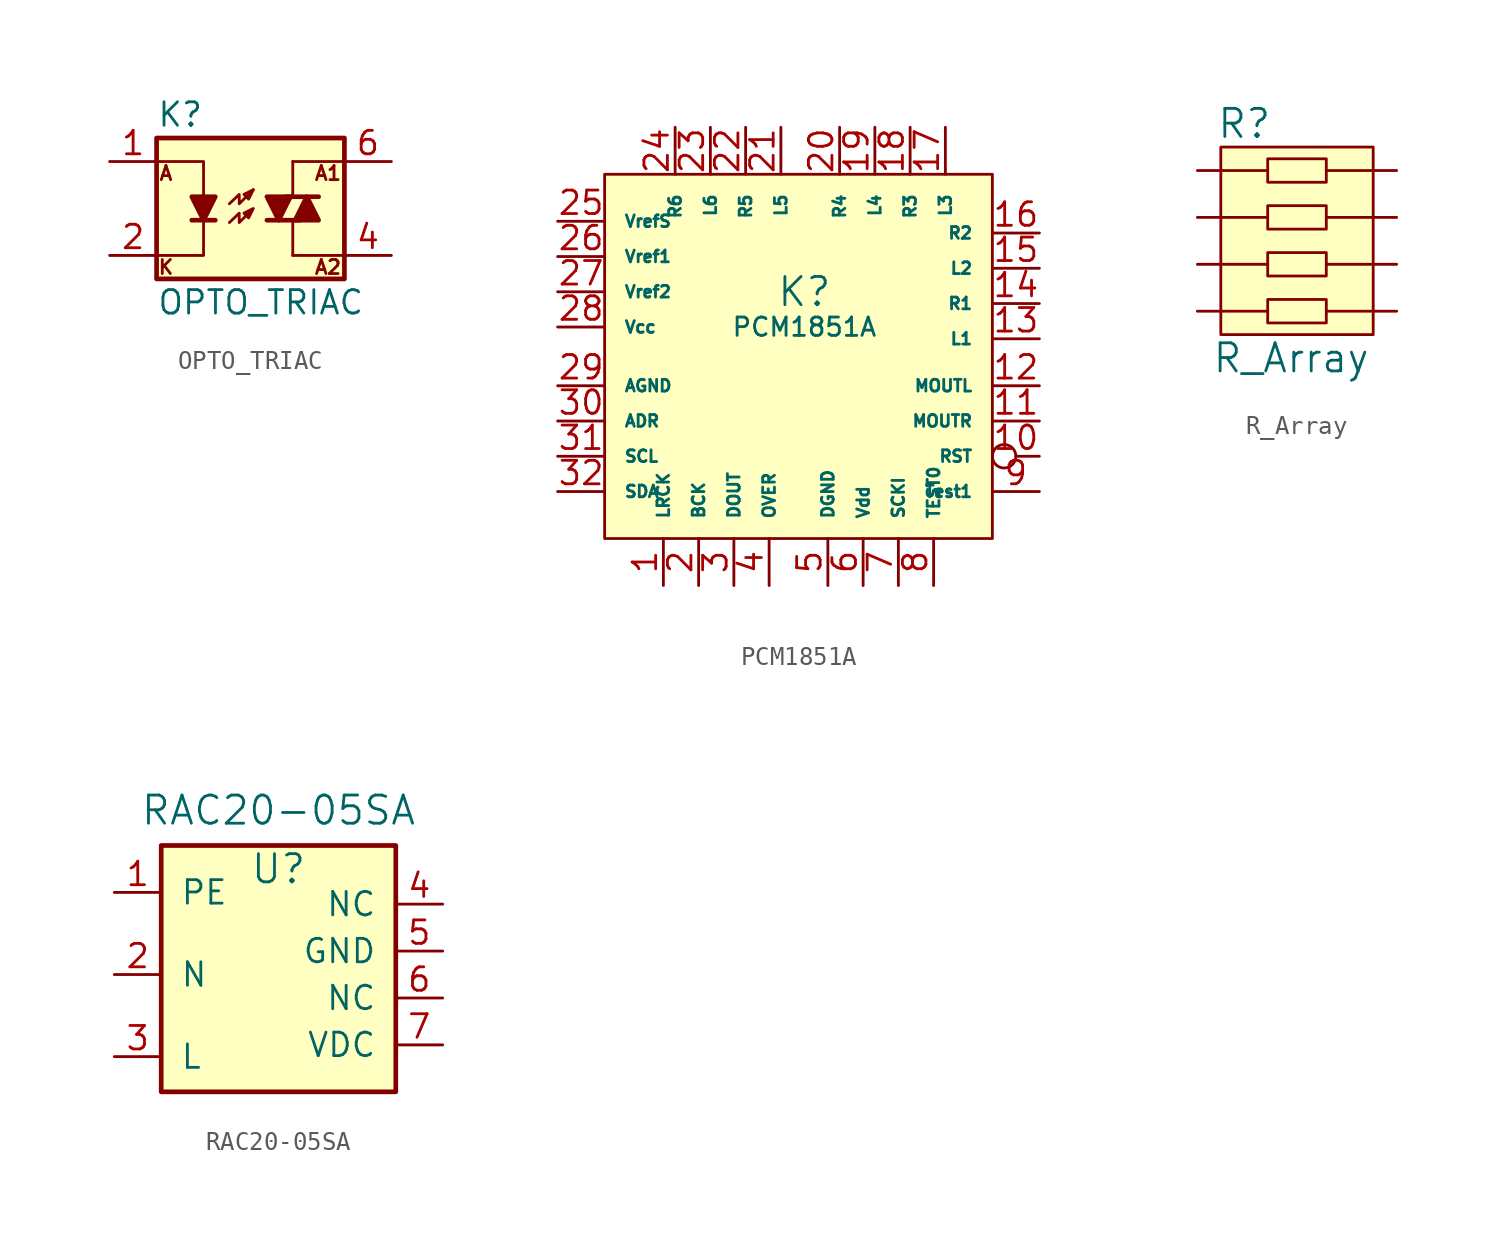
<source format=kicad_sym>
(kicad_symbol_lib
  (version 20211014)
  (generator kicad_symbol_editor)
  (symbol "OPTO_TRIAC"
    (pin_names
      (offset 1.016))
    (property "Reference" "K"
      (at -5.08 5.08 0)
      (effects (font (size 1.27 1.27)) (justify left)))
    (property "Value" "OPTO_TRIAC"
      (at -5.08 -5.08 0)
      (effects (font (size 1.27 1.27)) (justify left)))
    (property "Footprint" ""
      (at 0 0 0)
      (effects (font (size 1.27 1.27) italic) (justify left)))
    (property "Datasheet" ""
      (at -0.635 0 0)
      (effects (font (size 1.27 1.27)) (justify left)))
    (symbol "OPTO_TRIAC_0_0"
      (text "A" (at -4.572 1.905 0) (effects (font (size 0.762 0.762))))
      (text "A1" (at 4.191 1.905 0) (effects (font (size 0.762 0.762))))
      (text "A2" (at 4.191 -3.175 0) (effects (font (size 0.762 0.762))))
      (text "K" (at -4.572 -3.175 0) (effects (font (size 0.762 0.762)))))
    (symbol "OPTO_TRIAC_0_1"
      (rectangle (start -5.08 3.81) (end 5.08 -3.81) (stroke (width 0.254) (type default) (color 0 0 0 0)) (fill (type background)))
      (polyline (pts (xy -3.175 -0.635) (xy -1.905 -0.635)) (stroke (width 0.254) (type default) (color 0 0 0 0)) (fill (type none)))
      (polyline (pts (xy 1.905 0.635) (xy 3.683 0.635)) (stroke (width 0.254) (type default) (color 0 0 0 0)) (fill (type none)))
      (polyline (pts (xy 2.286 -2.54) (xy 2.286 -0.635)) (stroke (width 0) (type default) (color 0 0 0 0)) (fill (type none)))
      (polyline (pts (xy 2.286 -2.54) (xy 5.08 -2.54)) (stroke (width 0) (type default) (color 0 0 0 0)) (fill (type none)))
      (polyline (pts (xy 2.286 2.54) (xy 2.286 0.635)) (stroke (width 0) (type default) (color 0 0 0 0)) (fill (type none)))
      (polyline (pts (xy 2.286 2.54) (xy 5.08 2.54)) (stroke (width 0) (type default) (color 0 0 0 0)) (fill (type none)))
      (polyline (pts (xy 2.667 -0.635) (xy 0.889 -0.635)) (stroke (width 0.254) (type default) (color 0 0 0 0)) (fill (type none)))
      (polyline (pts (xy -5.08 2.54) (xy -2.54 2.54) (xy -2.54 0.635)) (stroke (width 0) (type default) (color 0 0 0 0)) (fill (type none)))
      (polyline (pts (xy -2.54 -0.635) (xy -2.54 -2.54) (xy -5.08 -2.54)) (stroke (width 0) (type default) (color 0 0 0 0)) (fill (type none)))
      (polyline (pts (xy -2.54 -0.635) (xy -3.175 0.635) (xy -1.905 0.635) (xy -2.54 -0.635)) (stroke (width 0.254) (type default) (color 0 0 0 0)) (fill (type outline)))
      (polyline (pts (xy -1.143 0.254) (xy -0.61 0.762) (xy -0.61 0.254) (xy 0.152 1.016)) (stroke (width 0) (type default) (color 0 0 0 0)) (fill (type none)))
      (polyline (pts (xy 0.152 1.016) (xy -0.356 0.762) (xy -0.102 0.508) (xy 0.152 1.016)) (stroke (width 0) (type default) (color 0 0 0 0)) (fill (type none)))
      (polyline (pts (xy 1.524 -0.635) (xy 2.159 0.635) (xy 0.889 0.635) (xy 1.524 -0.635)) (stroke (width 0.254) (type default) (color 0 0 0 0)) (fill (type outline)))
      (polyline (pts (xy 3.048 0.635) (xy 2.413 -0.635) (xy 3.683 -0.635) (xy 3.048 0.635)) (stroke (width 0.254) (type default) (color 0 0 0 0)) (fill (type outline)))
      (polyline (pts (xy -1.143 -0.762) (xy -0.61 -0.254) (xy -0.61 -0.762) (xy 0.152 0) (xy -0.356 -0.254) (xy -0.102 -0.508) (xy 0.152 0)) (stroke (width 0) (type default) (color 0 0 0 0)) (fill (type none))))
    (symbol "OPTO_TRIAC_1_1"
      (pin passive line (at -7.62 2.54 0) (length 2.54) (name "~" (effects (font (size 1.27 1.27)))) (number "1" (effects (font (size 1.27 1.27)))))
      (pin passive line (at -7.62 -2.54 0) (length 2.54) (name "~" (effects (font (size 1.27 1.27)))) (number "2" (effects (font (size 1.27 1.27)))))
      (pin passive line (at 7.62 -2.54 180) (length 2.54) (name "~" (effects (font (size 1.27 1.27)))) (number "4" (effects (font (size 1.27 1.27)))))
      (pin passive line (at 7.62 2.54 180) (length 2.54) (name "~" (effects (font (size 1.27 1.27)))) (number "6" (effects (font (size 1.27 1.27)))))))
  (symbol "PCM1851A"
    (pin_names
      (offset 1.016))
    (property "Reference" "K"
      (at 0.635 2.54 0)
      (effects (font (size 1.524 1.524))))
    (property "Value" "PCM1851A"
      (at 0.635 0.635 0)
      (effects (font (size 0.991 0.991))))
    (symbol "PCM1851A_0_1"
      (rectangle (start -10.16 8.89) (end 10.795 -10.795) (stroke (width 0) (type default) (color 0 0 0 0)) (fill (type background))))
    (symbol "PCM1851A_1_1"
      (pin input line (at -6.985 -13.335 90) (length 2.54) (name "LRCK" (effects (font (size 0.635 0.635)))) (number "1" (effects (font (size 1.27 1.27)))))
      (pin input inverted (at 13.335 -6.35 180) (length 2.54) (name "RST" (effects (font (size 0.635 0.635)))) (number "10" (effects (font (size 1.27 1.27)))))
      (pin input line (at 13.335 -4.445 180) (length 2.54) (name "MOUTR" (effects (font (size 0.635 0.635)))) (number "11" (effects (font (size 1.27 1.27)))))
      (pin input line (at 13.335 -2.54 180) (length 2.54) (name "MOUTL" (effects (font (size 0.635 0.635)))) (number "12" (effects (font (size 1.27 1.27)))))
      (pin input line (at 13.335 0 180) (length 2.54) (name "L1" (effects (font (size 0.635 0.635)))) (number "13" (effects (font (size 1.27 1.27)))))
      (pin input line (at 13.335 1.905 180) (length 2.54) (name "R1" (effects (font (size 0.635 0.635)))) (number "14" (effects (font (size 1.27 1.27)))))
      (pin input line (at 13.335 3.81 180) (length 2.54) (name "L2" (effects (font (size 0.635 0.635)))) (number "15" (effects (font (size 1.27 1.27)))))
      (pin input line (at 13.335 5.715 180) (length 2.54) (name "R2" (effects (font (size 0.635 0.635)))) (number "16" (effects (font (size 1.27 1.27)))))
      (pin input line (at 8.255 11.43 270) (length 2.54) (name "L3" (effects (font (size 0.635 0.635)))) (number "17" (effects (font (size 1.27 1.27)))))
      (pin input line (at 6.35 11.43 270) (length 2.54) (name "R3" (effects (font (size 0.635 0.635)))) (number "18" (effects (font (size 1.27 1.27)))))
      (pin input line (at 4.445 11.43 270) (length 2.54) (name "L4" (effects (font (size 0.635 0.635)))) (number "19" (effects (font (size 1.27 1.27)))))
      (pin input line (at -5.08 -13.335 90) (length 2.54) (name "BCK" (effects (font (size 0.635 0.635)))) (number "2" (effects (font (size 1.27 1.27)))))
      (pin input line (at 2.54 11.43 270) (length 2.54) (name "R4" (effects (font (size 0.635 0.635)))) (number "20" (effects (font (size 1.27 1.27)))))
      (pin input line (at -0.635 11.43 270) (length 2.54) (name "L5" (effects (font (size 0.635 0.635)))) (number "21" (effects (font (size 1.27 1.27)))))
      (pin input line (at -2.54 11.43 270) (length 2.54) (name "R5" (effects (font (size 0.635 0.635)))) (number "22" (effects (font (size 1.27 1.27)))))
      (pin input line (at -4.445 11.43 270) (length 2.54) (name "L6" (effects (font (size 0.635 0.635)))) (number "23" (effects (font (size 1.27 1.27)))))
      (pin input line (at -6.35 11.43 270) (length 2.54) (name "R6" (effects (font (size 0.635 0.635)))) (number "24" (effects (font (size 1.27 1.27)))))
      (pin input line (at -12.7 6.35 0) (length 2.54) (name "VrefS" (effects (font (size 0.635 0.635)))) (number "25" (effects (font (size 1.27 1.27)))))
      (pin input line (at -12.7 4.445 0) (length 2.54) (name "Vref1" (effects (font (size 0.635 0.635)))) (number "26" (effects (font (size 1.27 1.27)))))
      (pin input line (at -12.7 2.54 0) (length 2.54) (name "Vref2" (effects (font (size 0.635 0.635)))) (number "27" (effects (font (size 1.27 1.27)))))
      (pin input line (at -12.7 0.635 0) (length 2.54) (name "Vcc" (effects (font (size 0.635 0.635)))) (number "28" (effects (font (size 1.27 1.27)))))
      (pin input line (at -12.7 -2.54 0) (length 2.54) (name "AGND" (effects (font (size 0.635 0.635)))) (number "29" (effects (font (size 1.27 1.27)))))
      (pin input line (at -3.175 -13.335 90) (length 2.54) (name "DOUT" (effects (font (size 0.635 0.635)))) (number "3" (effects (font (size 1.27 1.27)))))
      (pin input line (at -12.7 -4.445 0) (length 2.54) (name "ADR" (effects (font (size 0.635 0.635)))) (number "30" (effects (font (size 1.27 1.27)))))
      (pin input line (at -12.7 -6.35 0) (length 2.54) (name "SCL" (effects (font (size 0.635 0.635)))) (number "31" (effects (font (size 1.27 1.27)))))
      (pin input line (at -12.7 -8.255 0) (length 2.54) (name "SDA" (effects (font (size 0.635 0.635)))) (number "32" (effects (font (size 1.27 1.27)))))
      (pin input line (at -1.27 -13.335 90) (length 2.54) (name "OVER" (effects (font (size 0.635 0.635)))) (number "4" (effects (font (size 1.27 1.27)))))
      (pin input line (at 1.905 -13.335 90) (length 2.54) (name "DGND" (effects (font (size 0.635 0.635)))) (number "5" (effects (font (size 1.27 1.27)))))
      (pin input line (at 3.81 -13.335 90) (length 2.54) (name "Vdd" (effects (font (size 0.635 0.635)))) (number "6" (effects (font (size 1.27 1.27)))))
      (pin input line (at 5.715 -13.335 90) (length 2.54) (name "SCKI" (effects (font (size 0.635 0.635)))) (number "7" (effects (font (size 1.27 1.27)))))
      (pin input line (at 7.62 -13.335 90) (length 2.54) (name "TEST0" (effects (font (size 0.635 0.635)))) (number "8" (effects (font (size 1.27 1.27)))))
      (pin input line (at 13.335 -8.255 180) (length 2.54) (name "Test1" (effects (font (size 0.635 0.635)))) (number "9" (effects (font (size 1.27 1.27)))))))
  (symbol "R_Array"
    (pin_names
      (offset 1.016))
    (property "Reference" "R"
      (at -3.175 6.35 0)
      (effects (font (size 1.524 1.524))))
    (property "Value" "R_Array"
      (at -0.635 -6.35 0)
      (effects (font (size 1.524 1.524))))
    (symbol "R_Array_0_1"
      (rectangle (start -1.905 -3.175) (end 1.27 -4.445) (stroke (width 0) (type default) (color 0 0 0 0)) (fill (type none)))
      (rectangle (start -1.905 -0.635) (end 1.27 -1.905) (stroke (width 0) (type default) (color 0 0 0 0)) (fill (type none)))
      (rectangle (start -1.905 1.905) (end 1.27 0.635) (stroke (width 0) (type default) (color 0 0 0 0)) (fill (type none)))
      (rectangle (start -1.905 4.445) (end 1.27 3.175) (stroke (width 0) (type default) (color 0 0 0 0)) (fill (type none)))
      (polyline (pts (xy -4.445 -3.81) (xy -1.905 -3.81)) (stroke (width 0) (type default) (color 0 0 0 0)) (fill (type none)))
      (polyline (pts (xy -4.445 -1.27) (xy -1.905 -1.27)) (stroke (width 0) (type default) (color 0 0 0 0)) (fill (type none)))
      (polyline (pts (xy -4.445 1.27) (xy -1.905 1.27)) (stroke (width 0) (type default) (color 0 0 0 0)) (fill (type none)))
      (polyline (pts (xy -4.445 3.81) (xy -1.905 3.81)) (stroke (width 0) (type default) (color 0 0 0 0)) (fill (type none)))
      (polyline (pts (xy 3.81 -3.81) (xy 1.27 -3.81)) (stroke (width 0) (type default) (color 0 0 0 0)) (fill (type none)))
      (polyline (pts (xy 3.81 -1.27) (xy 1.27 -1.27)) (stroke (width 0) (type default) (color 0 0 0 0)) (fill (type none)))
      (polyline (pts (xy 3.81 1.27) (xy 1.27 1.27)) (stroke (width 0) (type default) (color 0 0 0 0)) (fill (type none)))
      (polyline (pts (xy 3.81 3.81) (xy 1.27 3.81)) (stroke (width 0) (type default) (color 0 0 0 0)) (fill (type none)))
      (rectangle (start 3.81 -5.08) (end -4.445 5.08) (stroke (width 0) (type default) (color 0 0 0 0)) (fill (type background))))
    (symbol "R_Array_1_1"
      (pin bidirectional line (at -5.715 -3.81 0) (length 1.27) (name "~" (effects (font (size 1.27 1.27)))) (number "~" (effects (font (size 1.27 1.27)))))
      (pin bidirectional line (at -5.715 -1.27 0) (length 1.27) (name "~" (effects (font (size 1.27 1.27)))) (number "~" (effects (font (size 1.27 1.27)))))
      (pin bidirectional line (at -5.715 1.27 0) (length 1.27) (name "~" (effects (font (size 1.27 1.27)))) (number "~" (effects (font (size 1.27 1.27)))))
      (pin bidirectional line (at -5.715 3.81 0) (length 1.27) (name "~" (effects (font (size 1.27 1.27)))) (number "~" (effects (font (size 1.27 1.27)))))
      (pin bidirectional line (at 5.08 -3.81 180) (length 1.27) (name "~" (effects (font (size 1.27 1.27)))) (number "~" (effects (font (size 1.27 1.27)))))
      (pin bidirectional line (at 5.08 -1.27 180) (length 1.27) (name "~" (effects (font (size 1.27 1.27)))) (number "~" (effects (font (size 1.27 1.27)))))
      (pin bidirectional line (at 5.08 1.27 180) (length 1.27) (name "~" (effects (font (size 1.27 1.27)))) (number "~" (effects (font (size 1.27 1.27)))))
      (pin bidirectional line (at 5.08 3.81 180) (length 1.27) (name "~" (effects (font (size 1.27 1.27)))) (number "~" (effects (font (size 1.27 1.27)))))))
  (symbol "RAC20-05SA"
    (pin_names
      (offset 1.016))
    (property "Reference" "U"
      (at 0.635 5.715 0)
      (effects (font (size 1.524 1.524))))
    (property "Value" "RAC20-05SA"
      (at 0.635 8.89 0)
      (effects (font (size 1.524 1.524))))
    (symbol "RAC20-05SA_0_1"
      (rectangle (start -5.715 6.985) (end 6.985 -6.35) (stroke (width 0.254) (type default) (color 0 0 0 0)) (fill (type background))))
    (symbol "RAC20-05SA_1_1"
      (pin input line (at -8.255 4.445 0) (length 2.54) (name "PE" (effects (font (size 1.27 1.27)))) (number "1" (effects (font (size 1.27 1.27)))))
      (pin input line (at -8.255 0 0) (length 2.54) (name "N" (effects (font (size 1.27 1.27)))) (number "2" (effects (font (size 1.27 1.27)))))
      (pin input line (at -8.255 -4.445 0) (length 2.54) (name "L" (effects (font (size 1.27 1.27)))) (number "3" (effects (font (size 1.27 1.27)))))
      (pin input line (at 9.525 3.81 180) (length 2.54) (name "NC" (effects (font (size 1.27 1.27)))) (number "4" (effects (font (size 1.27 1.27)))))
      (pin input line (at 9.525 1.27 180) (length 2.54) (name "GND" (effects (font (size 1.27 1.27)))) (number "5" (effects (font (size 1.27 1.27)))))
      (pin input line (at 9.525 -1.27 180) (length 2.54) (name "NC" (effects (font (size 1.27 1.27)))) (number "6" (effects (font (size 1.27 1.27)))))
      (pin input line (at 9.525 -3.81 180) (length 2.54) (name "VDC" (effects (font (size 1.27 1.27)))) (number "7" (effects (font (size 1.27 1.27))))))))
</source>
